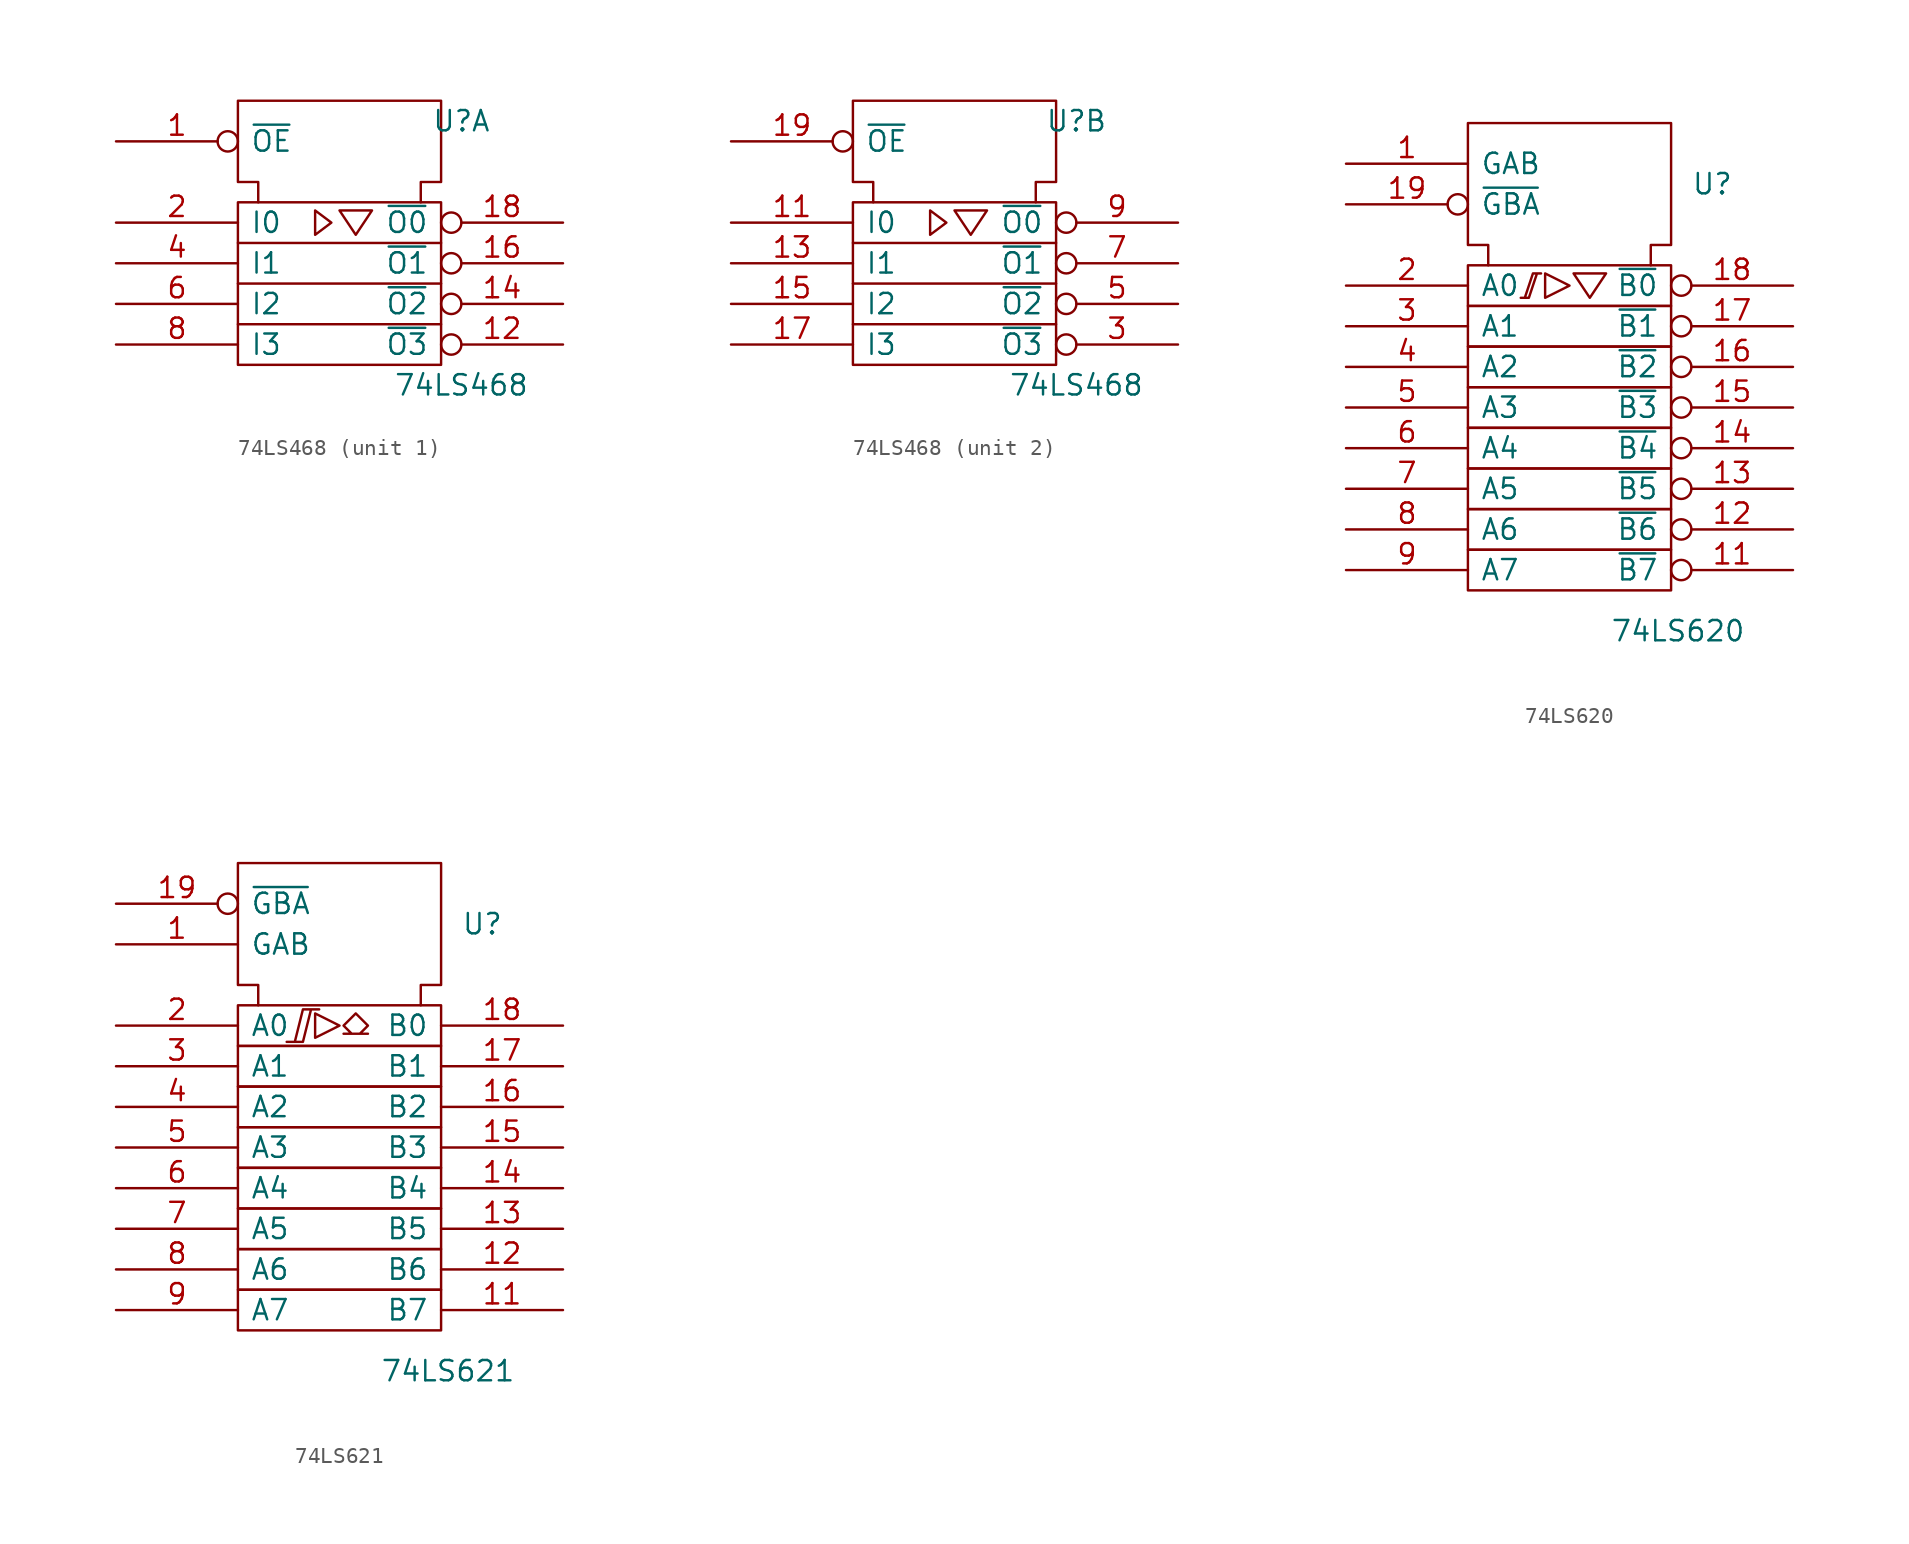
<source format=kicad_sym>
(kicad_symbol_lib
  (version 20200908)
  (generator kicad_symbol_editor)
  (symbol "74xx_IEEE:74LS468"
    (pin_names
      (offset 0.762))
    (property "Reference" "U"
      (at 7.62 8.89 0)
      (effects (font (size 1.27 1.27))))
    (property "Value" "74LS468"
      (at 7.62 -7.62 0)
      (effects (font (size 1.27 1.27))))
    (symbol "74LS468_0_1"
      (rectangle (start -6.35 3.81) (end 6.35 -6.35) (stroke (width 0)) (fill (type none)))
      (polyline (pts (xy -6.35 -3.81) (xy 6.35 -3.81) (xy 6.35 -3.81)) (stroke (width 0)) (fill (type none)))
      (polyline (pts (xy -6.35 -1.27) (xy 6.35 -1.27) (xy 6.35 -1.27)) (stroke (width 0)) (fill (type none)))
      (polyline (pts (xy -6.35 1.27) (xy 6.35 1.27) (xy 6.35 1.27)) (stroke (width 0)) (fill (type none)))
      (polyline (pts (xy -5.08 3.81) (xy -5.08 5.08) (xy -6.35 5.08) (xy -6.35 10.16) (xy 6.35 10.16) (xy 6.35 5.08) (xy 5.08 5.08) (xy 5.08 3.81) (xy 5.08 3.81)) (stroke (width 0)) (fill (type none)))
      (pin power_in line (at 1.27 10.16 270) (length 0) hide (name "GND" (effects (font (size 1.27 1.27)))) (number "10" (effects (font (size 1.27 1.27)))))
      (pin power_in line (at 5.08 10.16 270) (length 0) hide (name "VCC" (effects (font (size 1.27 1.27)))) (number "20" (effects (font (size 1.27 1.27))))))
    (symbol "74LS468_0_0"
      (polyline (pts (xy -1.524 3.302) (xy -1.524 1.778) (xy -0.508 2.54) (xy -1.524 3.302) (xy -1.524 3.302)) (stroke (width 0)) (fill (type none)))
      (polyline (pts (xy 0.254 3.302) (xy 2.032 3.302) (xy 1.016 1.778) (xy 0 3.302) (xy 0.254 3.302) (xy 0.254 3.302)) (stroke (width 0)) (fill (type none))))
    (symbol "74LS468_1_1"
      (pin input inverted (at -13.97 7.62 0) (length 7.62) (name "~OE" (effects (font (size 1.27 1.27)))) (number "1" (effects (font (size 1.27 1.27)))))
      (pin tri_state inverted (at 13.97 -5.08 180) (length 7.62) (name "~O3" (effects (font (size 1.27 1.27)))) (number "12" (effects (font (size 1.27 1.27)))))
      (pin tri_state inverted (at 13.97 -2.54 180) (length 7.62) (name "~O2" (effects (font (size 1.27 1.27)))) (number "14" (effects (font (size 1.27 1.27)))))
      (pin tri_state inverted (at 13.97 0 180) (length 7.62) (name "~O1" (effects (font (size 1.27 1.27)))) (number "16" (effects (font (size 1.27 1.27)))))
      (pin tri_state inverted (at 13.97 2.54 180) (length 7.62) (name "~O0" (effects (font (size 1.27 1.27)))) (number "18" (effects (font (size 1.27 1.27)))))
      (pin input line (at -13.97 2.54 0) (length 7.62) (name "I0" (effects (font (size 1.27 1.27)))) (number "2" (effects (font (size 1.27 1.27)))))
      (pin input line (at -13.97 0 0) (length 7.62) (name "I1" (effects (font (size 1.27 1.27)))) (number "4" (effects (font (size 1.27 1.27)))))
      (pin input line (at -13.97 -2.54 0) (length 7.62) (name "I2" (effects (font (size 1.27 1.27)))) (number "6" (effects (font (size 1.27 1.27)))))
      (pin input line (at -13.97 -5.08 0) (length 7.62) (name "I3" (effects (font (size 1.27 1.27)))) (number "8" (effects (font (size 1.27 1.27))))))
    (symbol "74LS468_2_1"
      (pin input line (at -13.97 2.54 0) (length 7.62) (name "I0" (effects (font (size 1.27 1.27)))) (number "11" (effects (font (size 1.27 1.27)))))
      (pin input line (at -13.97 0 0) (length 7.62) (name "I1" (effects (font (size 1.27 1.27)))) (number "13" (effects (font (size 1.27 1.27)))))
      (pin input line (at -13.97 -2.54 0) (length 7.62) (name "I2" (effects (font (size 1.27 1.27)))) (number "15" (effects (font (size 1.27 1.27)))))
      (pin input line (at -13.97 -5.08 0) (length 7.62) (name "I3" (effects (font (size 1.27 1.27)))) (number "17" (effects (font (size 1.27 1.27)))))
      (pin input inverted (at -13.97 7.62 0) (length 7.62) (name "~OE" (effects (font (size 1.27 1.27)))) (number "19" (effects (font (size 1.27 1.27)))))
      (pin tri_state inverted (at 13.97 -5.08 180) (length 7.62) (name "~O3" (effects (font (size 1.27 1.27)))) (number "3" (effects (font (size 1.27 1.27)))))
      (pin tri_state inverted (at 13.97 -2.54 180) (length 7.62) (name "~O2" (effects (font (size 1.27 1.27)))) (number "5" (effects (font (size 1.27 1.27)))))
      (pin tri_state inverted (at 13.97 0 180) (length 7.62) (name "~O1" (effects (font (size 1.27 1.27)))) (number "7" (effects (font (size 1.27 1.27)))))
      (pin tri_state inverted (at 13.97 2.54 180) (length 7.62) (name "~O0" (effects (font (size 1.27 1.27)))) (number "9" (effects (font (size 1.27 1.27)))))))
  (symbol "74xx_IEEE:74LS620"
    (pin_names
      (offset 0.762))
    (property "Reference" "U"
      (at 7.62 12.7 0)
      (effects (font (size 1.27 1.27)) (justify left)))
    (property "Value" "74LS620"
      (at 2.54 -15.24 0)
      (effects (font (size 1.27 1.27)) (justify left)))
    (symbol "74LS620_0_1"
      (rectangle (start -6.35 -10.16) (end 6.35 -12.7) (stroke (width 0)) (fill (type none)))
      (rectangle (start -6.35 -7.62) (end 6.35 -10.16) (stroke (width 0)) (fill (type none)))
      (rectangle (start -6.35 -5.08) (end 6.35 -7.62) (stroke (width 0)) (fill (type none)))
      (rectangle (start -6.35 -2.54) (end 6.35 -5.08) (stroke (width 0)) (fill (type none)))
      (rectangle (start -6.35 0) (end 6.35 -2.54) (stroke (width 0)) (fill (type none)))
      (rectangle (start -6.35 2.54) (end 6.35 0) (stroke (width 0)) (fill (type none)))
      (rectangle (start -6.35 5.08) (end 6.35 2.54) (stroke (width 0)) (fill (type none)))
      (rectangle (start -6.35 7.62) (end 6.35 5.08) (stroke (width 0)) (fill (type none)))
      (polyline (pts (xy -5.08 7.62) (xy -5.08 8.89) (xy -6.35 8.89) (xy -6.35 16.51) (xy 6.35 16.51) (xy 6.35 8.89) (xy 5.08 8.89) (xy 5.08 7.62) (xy 5.08 7.62)) (stroke (width 0)) (fill (type none))))
    (symbol "74LS620_0_0"
      (polyline (pts (xy -1.524 7.112) (xy -1.524 5.588) (xy 0 6.35) (xy -1.524 7.112) (xy -1.524 7.112)) (stroke (width 0)) (fill (type none)))
      (polyline (pts (xy 0.254 7.112) (xy 2.286 7.112) (xy 1.27 5.588) (xy 0.254 7.112) (xy 0.254 7.112)) (stroke (width 0)) (fill (type none)))
      (polyline (pts (xy -2.54 5.588) (xy -3.048 5.588) (xy -2.54 5.588) (xy -2.032 7.112) (xy -1.778 7.112) (xy -2.286 7.112) (xy -2.794 5.588) (xy -2.794 5.588)) (stroke (width 0)) (fill (type none)))
      (pin power_in line (at 1.27 16.51 270) (length 0) hide (name "GND" (effects (font (size 1.27 1.27)))) (number "10" (effects (font (size 1.27 1.27)))))
      (pin power_in line (at 5.08 16.51 270) (length 0) hide (name "VCC" (effects (font (size 1.27 1.27)))) (number "20" (effects (font (size 1.27 1.27))))))
    (symbol "74LS620_1_1"
      (pin input line (at -13.97 13.97 0) (length 7.62) (name "GAB" (effects (font (size 1.27 1.27)))) (number "1" (effects (font (size 1.27 1.27)))))
      (pin tri_state inverted (at 13.97 -11.43 180) (length 7.62) (name "~B7" (effects (font (size 1.27 1.27)))) (number "11" (effects (font (size 1.27 1.27)))))
      (pin tri_state inverted (at 13.97 -8.89 180) (length 7.62) (name "~B6" (effects (font (size 1.27 1.27)))) (number "12" (effects (font (size 1.27 1.27)))))
      (pin tri_state inverted (at 13.97 -6.35 180) (length 7.62) (name "~B5" (effects (font (size 1.27 1.27)))) (number "13" (effects (font (size 1.27 1.27)))))
      (pin tri_state inverted (at 13.97 -3.81 180) (length 7.62) (name "~B4" (effects (font (size 1.27 1.27)))) (number "14" (effects (font (size 1.27 1.27)))))
      (pin tri_state inverted (at 13.97 -1.27 180) (length 7.62) (name "~B3" (effects (font (size 1.27 1.27)))) (number "15" (effects (font (size 1.27 1.27)))))
      (pin tri_state inverted (at 13.97 1.27 180) (length 7.62) (name "~B2" (effects (font (size 1.27 1.27)))) (number "16" (effects (font (size 1.27 1.27)))))
      (pin tri_state inverted (at 13.97 3.81 180) (length 7.62) (name "~B1" (effects (font (size 1.27 1.27)))) (number "17" (effects (font (size 1.27 1.27)))))
      (pin tri_state inverted (at 13.97 6.35 180) (length 7.62) (name "~B0" (effects (font (size 1.27 1.27)))) (number "18" (effects (font (size 1.27 1.27)))))
      (pin input inverted (at -13.97 11.43 0) (length 7.62) (name "~GBA" (effects (font (size 1.27 1.27)))) (number "19" (effects (font (size 1.27 1.27)))))
      (pin tri_state line (at -13.97 6.35 0) (length 7.62) (name "A0" (effects (font (size 1.27 1.27)))) (number "2" (effects (font (size 1.27 1.27)))))
      (pin tri_state line (at -13.97 3.81 0) (length 7.62) (name "A1" (effects (font (size 1.27 1.27)))) (number "3" (effects (font (size 1.27 1.27)))))
      (pin tri_state line (at -13.97 1.27 0) (length 7.62) (name "A2" (effects (font (size 1.27 1.27)))) (number "4" (effects (font (size 1.27 1.27)))))
      (pin tri_state line (at -13.97 -1.27 0) (length 7.62) (name "A3" (effects (font (size 1.27 1.27)))) (number "5" (effects (font (size 1.27 1.27)))))
      (pin tri_state line (at -13.97 -3.81 0) (length 7.62) (name "A4" (effects (font (size 1.27 1.27)))) (number "6" (effects (font (size 1.27 1.27)))))
      (pin tri_state line (at -13.97 -6.35 0) (length 7.62) (name "A5" (effects (font (size 1.27 1.27)))) (number "7" (effects (font (size 1.27 1.27)))))
      (pin tri_state line (at -13.97 -8.89 0) (length 7.62) (name "A6" (effects (font (size 1.27 1.27)))) (number "8" (effects (font (size 1.27 1.27)))))
      (pin tri_state line (at -13.97 -11.43 0) (length 7.62) (name "A7" (effects (font (size 1.27 1.27)))) (number "9" (effects (font (size 1.27 1.27)))))))
  (symbol "74xx_IEEE:74LS621"
    (pin_names
      (offset 0.762))
    (property "Reference" "U"
      (at 7.62 12.7 0)
      (effects (font (size 1.27 1.27)) (justify left)))
    (property "Value" "74LS621"
      (at 2.54 -15.24 0)
      (effects (font (size 1.27 1.27)) (justify left)))
    (symbol "74LS621_0_1"
      (rectangle (start -6.35 -10.16) (end 6.35 -12.7) (stroke (width 0)) (fill (type none)))
      (rectangle (start -6.35 -7.62) (end 6.35 -10.16) (stroke (width 0)) (fill (type none)))
      (rectangle (start -6.35 -5.08) (end 6.35 -7.62) (stroke (width 0)) (fill (type none)))
      (rectangle (start -6.35 -2.54) (end 6.35 -5.08) (stroke (width 0)) (fill (type none)))
      (rectangle (start -6.35 0) (end 6.35 -2.54) (stroke (width 0)) (fill (type none)))
      (rectangle (start -6.35 2.54) (end 6.35 0) (stroke (width 0)) (fill (type none)))
      (rectangle (start -6.35 5.08) (end 6.35 2.54) (stroke (width 0)) (fill (type none)))
      (rectangle (start -6.35 7.62) (end 6.35 5.08) (stroke (width 0)) (fill (type none)))
      (polyline (pts (xy -5.08 7.62) (xy -5.08 8.89) (xy -6.35 8.89) (xy -6.35 16.51) (xy 6.35 16.51) (xy 6.35 8.89) (xy 5.08 8.89) (xy 5.08 7.62) (xy 5.08 7.62)) (stroke (width 0)) (fill (type none))))
    (symbol "74LS621_0_0"
      (polyline (pts (xy -1.524 7.112) (xy -1.524 5.588) (xy 0 6.35) (xy -1.524 7.112) (xy -1.524 7.112)) (stroke (width 0)) (fill (type none)))
      (polyline (pts (xy -3.302 5.334) (xy -2.286 5.334) (xy -1.778 7.366) (xy -1.27 7.366) (xy -2.286 7.366) (xy -2.794 5.334) (xy -2.794 5.334)) (stroke (width 0)) (fill (type none)))
      (polyline (pts (xy 1.016 7.112) (xy 1.778 6.35) (xy 1.27 5.842) (xy 1.778 5.842) (xy 0.254 5.842) (xy 0.762 5.842) (xy 0.254 6.35) (xy 1.016 7.112) (xy 1.016 7.112)) (stroke (width 0)) (fill (type none)))
      (pin power_in line (at 1.27 16.51 270) (length 0) hide (name "GND" (effects (font (size 1.27 1.27)))) (number "10" (effects (font (size 1.27 1.27)))))
      (pin power_in line (at 5.08 16.51 270) (length 0) hide (name "VCC" (effects (font (size 1.27 1.27)))) (number "20" (effects (font (size 1.27 1.27))))))
    (symbol "74LS621_1_1"
      (pin input line (at -13.97 11.43 0) (length 7.62) (name "GAB" (effects (font (size 1.27 1.27)))) (number "1" (effects (font (size 1.27 1.27)))))
      (pin tri_state line (at 13.97 -11.43 180) (length 7.62) (name "B7" (effects (font (size 1.27 1.27)))) (number "11" (effects (font (size 1.27 1.27)))))
      (pin tri_state line (at 13.97 -8.89 180) (length 7.62) (name "B6" (effects (font (size 1.27 1.27)))) (number "12" (effects (font (size 1.27 1.27)))))
      (pin tri_state line (at 13.97 -6.35 180) (length 7.62) (name "B5" (effects (font (size 1.27 1.27)))) (number "13" (effects (font (size 1.27 1.27)))))
      (pin tri_state line (at 13.97 -3.81 180) (length 7.62) (name "B4" (effects (font (size 1.27 1.27)))) (number "14" (effects (font (size 1.27 1.27)))))
      (pin tri_state line (at 13.97 -1.27 180) (length 7.62) (name "B3" (effects (font (size 1.27 1.27)))) (number "15" (effects (font (size 1.27 1.27)))))
      (pin tri_state line (at 13.97 1.27 180) (length 7.62) (name "B2" (effects (font (size 1.27 1.27)))) (number "16" (effects (font (size 1.27 1.27)))))
      (pin tri_state line (at 13.97 3.81 180) (length 7.62) (name "B1" (effects (font (size 1.27 1.27)))) (number "17" (effects (font (size 1.27 1.27)))))
      (pin tri_state line (at 13.97 6.35 180) (length 7.62) (name "B0" (effects (font (size 1.27 1.27)))) (number "18" (effects (font (size 1.27 1.27)))))
      (pin input inverted (at -13.97 13.97 0) (length 7.62) (name "~GBA" (effects (font (size 1.27 1.27)))) (number "19" (effects (font (size 1.27 1.27)))))
      (pin tri_state line (at -13.97 6.35 0) (length 7.62) (name "A0" (effects (font (size 1.27 1.27)))) (number "2" (effects (font (size 1.27 1.27)))))
      (pin tri_state line (at -13.97 3.81 0) (length 7.62) (name "A1" (effects (font (size 1.27 1.27)))) (number "3" (effects (font (size 1.27 1.27)))))
      (pin tri_state line (at -13.97 1.27 0) (length 7.62) (name "A2" (effects (font (size 1.27 1.27)))) (number "4" (effects (font (size 1.27 1.27)))))
      (pin tri_state line (at -13.97 -1.27 0) (length 7.62) (name "A3" (effects (font (size 1.27 1.27)))) (number "5" (effects (font (size 1.27 1.27)))))
      (pin tri_state line (at -13.97 -3.81 0) (length 7.62) (name "A4" (effects (font (size 1.27 1.27)))) (number "6" (effects (font (size 1.27 1.27)))))
      (pin tri_state line (at -13.97 -6.35 0) (length 7.62) (name "A5" (effects (font (size 1.27 1.27)))) (number "7" (effects (font (size 1.27 1.27)))))
      (pin tri_state line (at -13.97 -8.89 0) (length 7.62) (name "A6" (effects (font (size 1.27 1.27)))) (number "8" (effects (font (size 1.27 1.27)))))
      (pin tri_state line (at -13.97 -11.43 0) (length 7.62) (name "A7" (effects (font (size 1.27 1.27)))) (number "9" (effects (font (size 1.27 1.27))))))))
</source>
